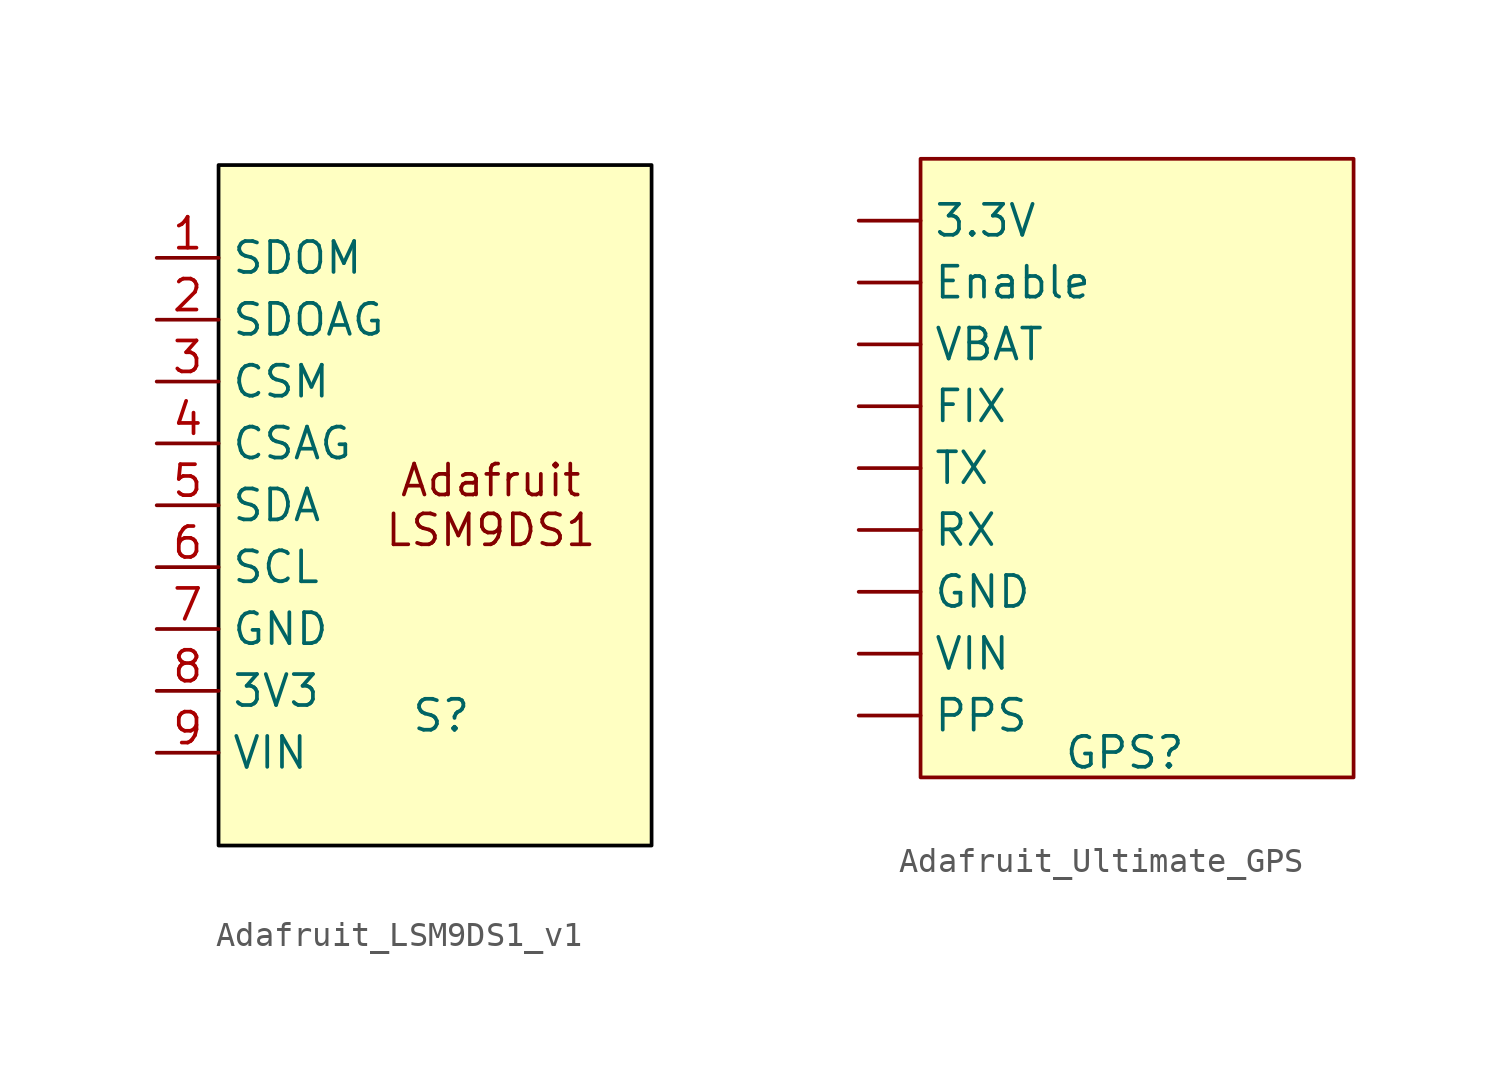
<source format=kicad_sym>
(kicad_symbol_lib
  (version 20231120)
  (generator "kicad_symbol_editor")
  (generator_version "8.0")
  (symbol "Adafruit_LSM9DS1_v1"
    (property "Reference" "S"
      (at 9.144 -8.636 0)
      (effects (font (size 1.27 1.27))))
    (property "Value" ""
      (at -2.54 0 0)
      (effects (font (size 1.27 1.27))))
    (symbol "Adafruit_LSM9DS1_v1_0_1"
      (rectangle (start 0 13.97) (end 17.78 -13.97) (stroke (width 0) (type default) (color 0 0 0 1)) (fill (type background))))
    (symbol "Adafruit_LSM9DS1_v1_1_1"
      (text "Adafruit\nLSM9DS1" (at 11.176 0 0) (effects (font (size 1.27 1.27))))
      (pin bidirectional line (at -2.54 10.16 0) (length 2.54) (name "SDOM" (effects (font (size 1.27 1.27)))) (number "1" (effects (font (size 1.27 1.27)))))
      (pin bidirectional line (at -2.54 7.62 0) (length 2.54) (name "SDOAG" (effects (font (size 1.27 1.27)))) (number "2" (effects (font (size 1.27 1.27)))))
      (pin bidirectional line (at -2.54 5.08 0) (length 2.54) (name "CSM" (effects (font (size 1.27 1.27)))) (number "3" (effects (font (size 1.27 1.27)))))
      (pin bidirectional line (at -2.54 2.54 0) (length 2.54) (name "CSAG" (effects (font (size 1.27 1.27)))) (number "4" (effects (font (size 1.27 1.27)))))
      (pin bidirectional line (at -2.54 0 0) (length 2.54) (name "SDA" (effects (font (size 1.27 1.27)))) (number "5" (effects (font (size 1.27 1.27)))))
      (pin bidirectional line (at -2.54 -2.54 0) (length 2.54) (name "SCL" (effects (font (size 1.27 1.27)))) (number "6" (effects (font (size 1.27 1.27)))))
      (pin bidirectional line (at -2.54 -5.08 0) (length 2.54) (name "GND" (effects (font (size 1.27 1.27)))) (number "7" (effects (font (size 1.27 1.27)))))
      (pin bidirectional line (at -2.54 -7.62 0) (length 2.54) (name "3V3" (effects (font (size 1.27 1.27)))) (number "8" (effects (font (size 1.27 1.27)))))
      (pin bidirectional line (at -2.54 -10.16 0) (length 2.54) (name "VIN" (effects (font (size 1.27 1.27)))) (number "9" (effects (font (size 1.27 1.27)))))))
  (symbol "Adafruit_Ultimate_GPS"
    (property "Reference" "GPS"
      (at -0.508 -11.684 0)
      (effects (font (size 1.27 1.27))))
    (property "Value" ""
      (at -6.35 7.62 0)
      (effects (font (size 1.27 1.27))))
    (symbol "Adafruit_Ultimate_GPS_0_1"
      (rectangle (start -8.89 12.7) (end 8.89 -12.7) (stroke (width 0) (type default)) (fill (type background))))
    (symbol "Adafruit_Ultimate_GPS_1_1"
      (pin power_out line (at -11.43 10.16 0) (length 2.54) (name "3.3V" (effects (font (size 1.27 1.27)))) (number "" (effects (font (size 1.27 1.27)))))
      (pin input line (at -11.43 7.62 0) (length 2.54) (name "Enable" (effects (font (size 1.27 1.27)))) (number "" (effects (font (size 1.27 1.27)))))
      (pin output line (at -11.43 2.54 0) (length 2.54) (name "FIX" (effects (font (size 1.27 1.27)))) (number "" (effects (font (size 1.27 1.27)))))
      (pin free line (at -11.43 -5.08 0) (length 2.54) (name "GND" (effects (font (size 1.27 1.27)))) (number "" (effects (font (size 1.27 1.27)))))
      (pin output line (at -11.43 -10.16 0) (length 2.54) (name "PPS" (effects (font (size 1.27 1.27)))) (number "" (effects (font (size 1.27 1.27)))))
      (pin input line (at -11.43 -2.54 0) (length 2.54) (name "RX" (effects (font (size 1.27 1.27)))) (number "" (effects (font (size 1.27 1.27)))))
      (pin output line (at -11.43 0 0) (length 2.54) (name "TX" (effects (font (size 1.27 1.27)))) (number "" (effects (font (size 1.27 1.27)))))
      (pin input line (at -11.43 5.08 0) (length 2.54) (name "VBAT" (effects (font (size 1.27 1.27)))) (number "" (effects (font (size 1.27 1.27)))))
      (pin power_in line (at -11.43 -7.62 0) (length 2.54) (name "VIN" (effects (font (size 1.27 1.27)))) (number "" (effects (font (size 1.27 1.27))))))))
</source>
